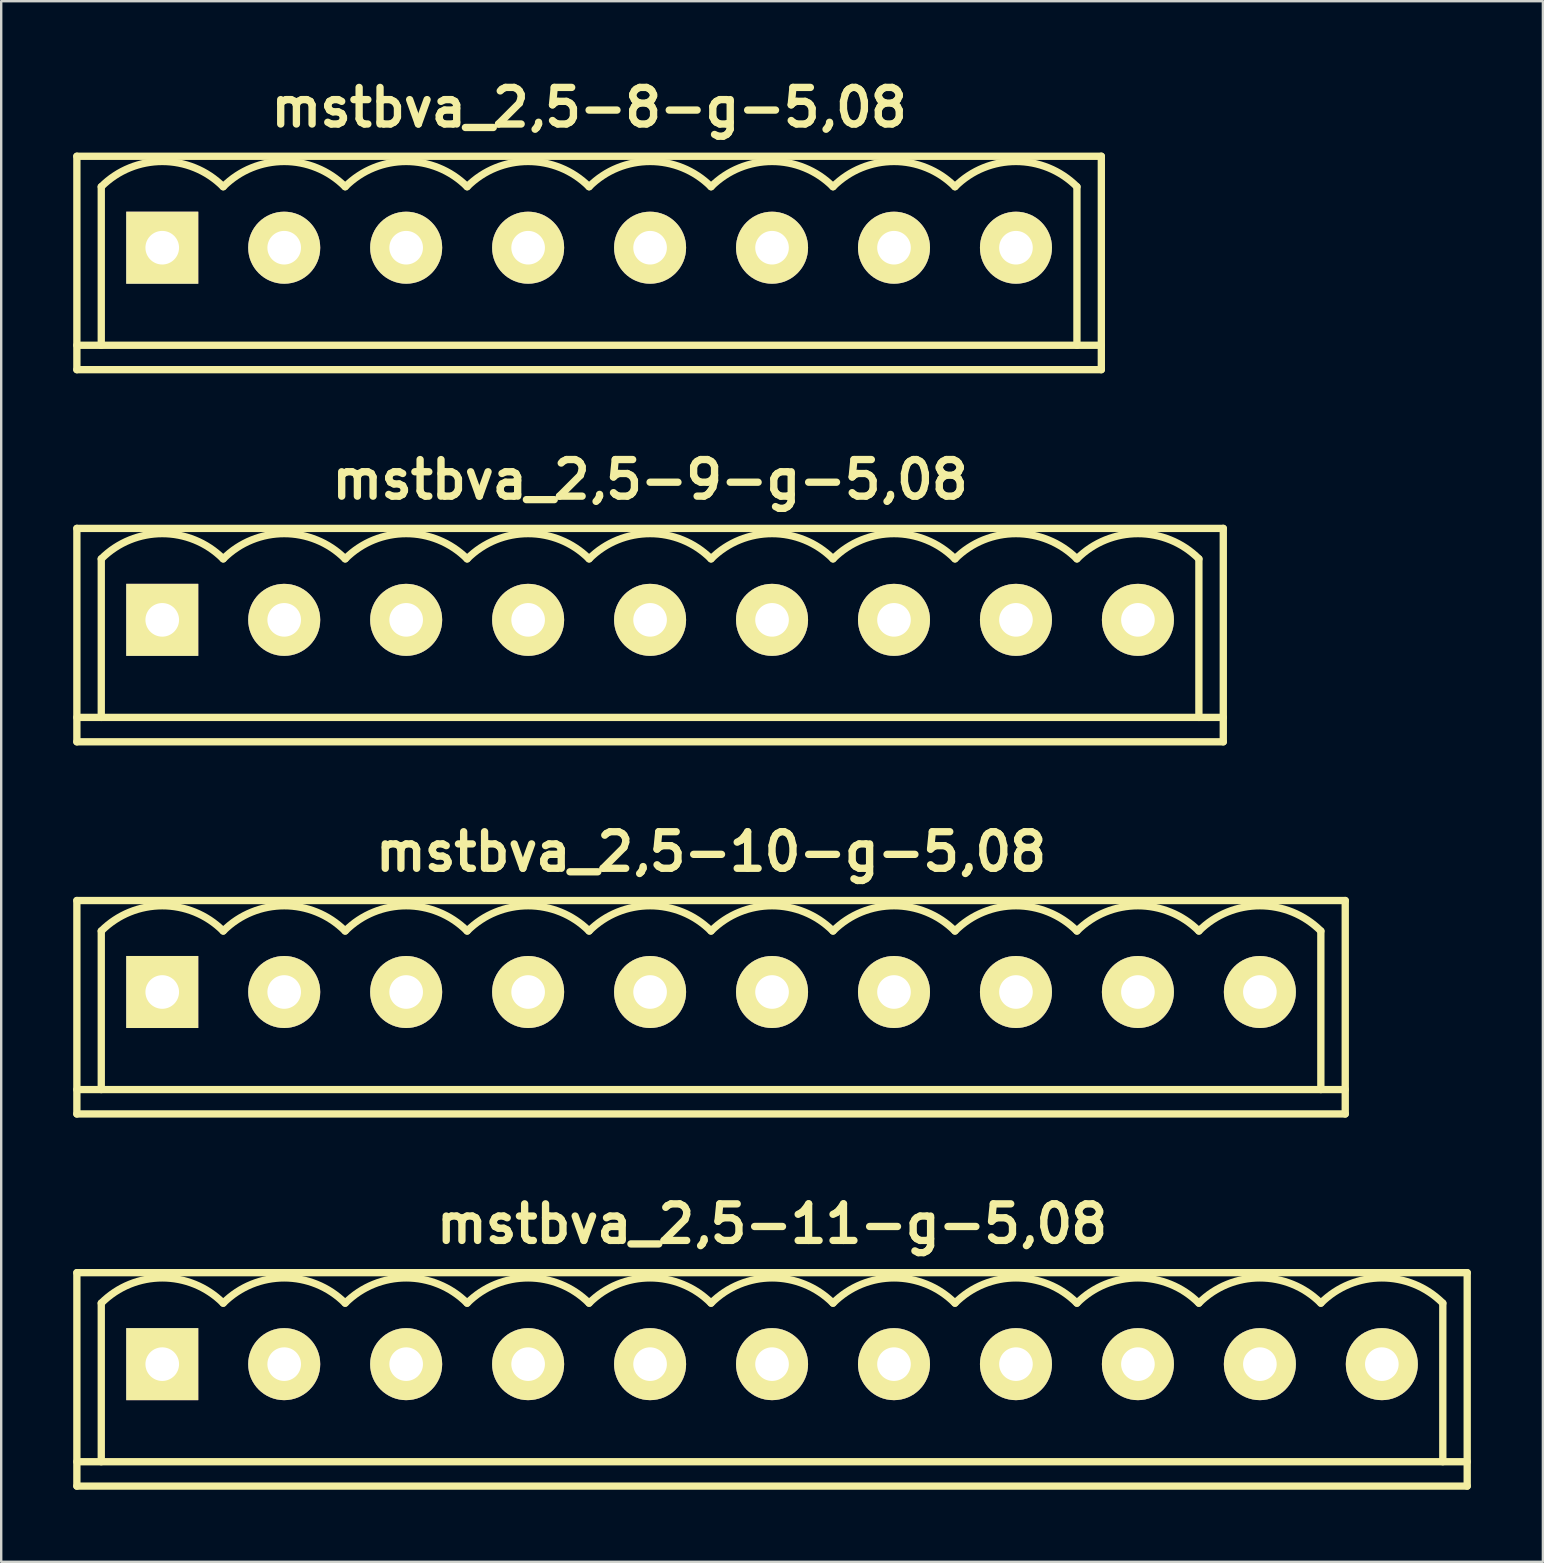
<source format=kicad_pcb>
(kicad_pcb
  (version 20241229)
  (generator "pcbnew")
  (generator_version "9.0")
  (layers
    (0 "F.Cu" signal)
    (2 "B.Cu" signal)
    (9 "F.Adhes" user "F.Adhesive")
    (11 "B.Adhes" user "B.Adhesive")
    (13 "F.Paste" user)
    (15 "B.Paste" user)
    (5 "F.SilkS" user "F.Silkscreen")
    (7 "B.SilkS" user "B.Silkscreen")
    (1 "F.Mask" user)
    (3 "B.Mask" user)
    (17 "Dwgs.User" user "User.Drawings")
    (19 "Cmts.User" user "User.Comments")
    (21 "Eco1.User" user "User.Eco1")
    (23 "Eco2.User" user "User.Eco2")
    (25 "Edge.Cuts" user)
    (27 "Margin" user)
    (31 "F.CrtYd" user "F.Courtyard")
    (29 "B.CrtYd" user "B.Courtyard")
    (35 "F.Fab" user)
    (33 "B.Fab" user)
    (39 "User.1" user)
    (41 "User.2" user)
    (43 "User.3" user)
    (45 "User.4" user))
  (footprint "mstbva_2,5-10-g-5,08"
    (layer "F.Cu")
    (at 26.568 38.27)
    (property "Reference" "mstbva_2,5-10-g-5,08" (at 0 -5.842 0) (layer "F.SilkS") (effects (font (size 1.524 1.524) (thickness 0.305))))
    (attr through_hole)
    (fp_line (start -26.416 -3.81) (end -26.416 5.08) (stroke (width 0.305) (type solid)) (layer "F.SilkS"))
    (fp_line (start -26.416 4.064) (end 26.416 4.064) (stroke (width 0.305) (type solid)) (layer "F.SilkS"))
    (fp_line (start -25.4 -2.54) (end -25.4 4.064) (stroke (width 0.305) (type solid)) (layer "F.SilkS"))
    (fp_line (start 25.4 -2.54) (end 25.4 4.064) (stroke (width 0.305) (type solid)) (layer "F.SilkS"))
    (fp_line (start 26.416 -3.81) (end -26.416 -3.81) (stroke (width 0.305) (type solid)) (layer "F.SilkS"))
    (fp_line (start 26.416 5.08) (end -26.416 5.08) (stroke (width 0.305) (type solid)) (layer "F.SilkS"))
    (fp_line (start 26.416 5.08) (end 26.416 -3.81) (stroke (width 0.305) (type solid)) (layer "F.SilkS"))
    (fp_arc (start -25.4 -2.54) (mid -22.86 -3.592102) (end -20.32 -2.54) (stroke (width 0.3048) (type solid)) (layer "F.SilkS"))
    (fp_arc (start -20.32 -2.54) (mid -17.78 -3.592102) (end -15.24 -2.54) (stroke (width 0.3048) (type solid)) (layer "F.SilkS"))
    (fp_arc (start -15.24 -2.54) (mid -12.7 -3.592102) (end -10.16 -2.54) (stroke (width 0.3048) (type solid)) (layer "F.SilkS"))
    (fp_arc (start -10.16 -2.54) (mid -7.62 -3.592102) (end -5.08 -2.54) (stroke (width 0.3048) (type solid)) (layer "F.SilkS"))
    (fp_arc (start -5.08 -2.54) (mid -2.54 -3.592102) (end 0 -2.54) (stroke (width 0.3048) (type solid)) (layer "F.SilkS"))
    (fp_arc (start 0 -2.54) (mid 2.54 -3.592102) (end 5.08 -2.54) (stroke (width 0.3048) (type solid)) (layer "F.SilkS"))
    (fp_arc (start 5.08 -2.54) (mid 7.62 -3.592102) (end 10.16 -2.54) (stroke (width 0.3048) (type solid)) (layer "F.SilkS"))
    (fp_arc (start 10.16 -2.54) (mid 12.7 -3.592102) (end 15.24 -2.54) (stroke (width 0.3048) (type solid)) (layer "F.SilkS"))
    (fp_arc (start 15.24 -2.54) (mid 17.78 -3.592102) (end 20.32 -2.54) (stroke (width 0.3048) (type solid)) (layer "F.SilkS"))
    (fp_arc (start 20.32 -2.54) (mid 22.86 -3.592102) (end 25.4 -2.54) (stroke (width 0.3048) (type solid)) (layer "F.SilkS"))
    (pad "1" thru_hole rect (at -22.86 0) (size 3 3) (drill 1.4) (layers "*.Cu" "*.Mask" "F.SilkS"))
    (pad "2" thru_hole circle (at -17.78 0) (size 3 3) (drill 1.4) (layers "*.Cu" "*.Mask" "F.SilkS"))
    (pad "3" thru_hole circle (at -12.7 0) (size 3 3) (drill 1.4) (layers "*.Cu" "*.Mask" "F.SilkS"))
    (pad "4" thru_hole circle (at -7.62 0) (size 3 3) (drill 1.4) (layers "*.Cu" "*.Mask" "F.SilkS"))
    (pad "5" thru_hole circle (at -2.54 0) (size 3 3) (drill 1.4) (layers "*.Cu" "*.Mask" "F.SilkS"))
    (pad "6" thru_hole circle (at 2.54 0) (size 3 3) (drill 1.4) (layers "*.Cu" "*.Mask" "F.SilkS"))
    (pad "7" thru_hole circle (at 7.62 0) (size 3 3) (drill 1.4) (layers "*.Cu" "*.Mask" "F.SilkS"))
    (pad "8" thru_hole circle (at 12.7 0) (size 3 3) (drill 1.4) (layers "*.Cu" "*.Mask" "F.SilkS"))
    (pad "9" thru_hole circle (at 17.78 0) (size 3 3) (drill 1.4) (layers "*.Cu" "*.Mask" "F.SilkS"))
    (pad "10" thru_hole circle (at 22.86 0) (size 3 3) (drill 1.4) (layers "*.Cu" "*.Mask" "F.SilkS")))
  (footprint "mstbva_2,5-11-g-5,08"
    (layer "F.Cu")
    (at 29.108 53.771)
    (property "Reference" "mstbva_2,5-11-g-5,08" (at 0 -5.842 0) (layer "F.SilkS") (effects (font (size 1.524 1.524) (thickness 0.305))))
    (attr through_hole)
    (fp_line (start -28.956 -3.81) (end -28.956 5.08) (stroke (width 0.305) (type solid)) (layer "F.SilkS"))
    (fp_line (start -28.956 4.064) (end 28.956 4.064) (stroke (width 0.305) (type solid)) (layer "F.SilkS"))
    (fp_line (start -27.94 -2.54) (end -27.94 4.064) (stroke (width 0.305) (type solid)) (layer "F.SilkS"))
    (fp_line (start 27.94 -2.54) (end 27.94 4.064) (stroke (width 0.305) (type solid)) (layer "F.SilkS"))
    (fp_line (start 28.956 -3.81) (end -28.956 -3.81) (stroke (width 0.305) (type solid)) (layer "F.SilkS"))
    (fp_line (start 28.956 5.08) (end -28.956 5.08) (stroke (width 0.305) (type solid)) (layer "F.SilkS"))
    (fp_line (start 28.956 5.08) (end 28.956 -3.81) (stroke (width 0.305) (type solid)) (layer "F.SilkS"))
    (fp_arc (start -27.94 -2.54) (mid -25.4 -3.592102) (end -22.86 -2.54) (stroke (width 0.3048) (type solid)) (layer "F.SilkS"))
    (fp_arc (start -22.86 -2.54) (mid -20.32 -3.592102) (end -17.78 -2.54) (stroke (width 0.3048) (type solid)) (layer "F.SilkS"))
    (fp_arc (start -17.78 -2.54) (mid -15.24 -3.592102) (end -12.7 -2.54) (stroke (width 0.3048) (type solid)) (layer "F.SilkS"))
    (fp_arc (start -12.7 -2.54) (mid -10.16 -3.592102) (end -7.62 -2.54) (stroke (width 0.3048) (type solid)) (layer "F.SilkS"))
    (fp_arc (start -7.62 -2.54) (mid -5.08 -3.592102) (end -2.54 -2.54) (stroke (width 0.3048) (type solid)) (layer "F.SilkS"))
    (fp_arc (start -2.54 -2.54) (mid 0 -3.592102) (end 2.54 -2.54) (stroke (width 0.3048) (type solid)) (layer "F.SilkS"))
    (fp_arc (start 2.54 -2.54) (mid 5.08 -3.592102) (end 7.62 -2.54) (stroke (width 0.3048) (type solid)) (layer "F.SilkS"))
    (fp_arc (start 7.62 -2.54) (mid 10.16 -3.592102) (end 12.7 -2.54) (stroke (width 0.3048) (type solid)) (layer "F.SilkS"))
    (fp_arc (start 12.7 -2.54) (mid 15.24 -3.592102) (end 17.78 -2.54) (stroke (width 0.3048) (type solid)) (layer "F.SilkS"))
    (fp_arc (start 17.78 -2.54) (mid 20.32 -3.592102) (end 22.86 -2.54) (stroke (width 0.3048) (type solid)) (layer "F.SilkS"))
    (fp_arc (start 22.86 -2.54) (mid 25.4 -3.592102) (end 27.94 -2.54) (stroke (width 0.3048) (type solid)) (layer "F.SilkS"))
    (pad "1" thru_hole rect (at -25.4 0) (size 3 3) (drill 1.4) (layers "*.Cu" "*.Mask" "F.SilkS"))
    (pad "2" thru_hole circle (at -20.32 0) (size 3 3) (drill 1.4) (layers "*.Cu" "*.Mask" "F.SilkS"))
    (pad "3" thru_hole circle (at -15.24 0) (size 3 3) (drill 1.4) (layers "*.Cu" "*.Mask" "F.SilkS"))
    (pad "4" thru_hole circle (at -10.16 0) (size 3 3) (drill 1.4) (layers "*.Cu" "*.Mask" "F.SilkS"))
    (pad "5" thru_hole circle (at -5.08 0) (size 3 3) (drill 1.4) (layers "*.Cu" "*.Mask" "F.SilkS"))
    (pad "6" thru_hole circle (at 0 0) (size 3 3) (drill 1.4) (layers "*.Cu" "*.Mask" "F.SilkS"))
    (pad "7" thru_hole circle (at 5.08 0) (size 3 3) (drill 1.4) (layers "*.Cu" "*.Mask" "F.SilkS"))
    (pad "8" thru_hole circle (at 10.16 0) (size 3 3) (drill 1.4) (layers "*.Cu" "*.Mask" "F.SilkS"))
    (pad "9" thru_hole circle (at 15.24 0) (size 3 3) (drill 1.4) (layers "*.Cu" "*.Mask" "F.SilkS"))
    (pad "10" thru_hole circle (at 20.32 0) (size 3 3) (drill 1.4) (layers "*.Cu" "*.Mask" "F.SilkS"))
    (pad "11" thru_hole circle (at 25.4 0) (size 3 3) (drill 1.4) (layers "*.Cu" "*.Mask" "F.SilkS")))
  (footprint "mstbva_2,5-8-g-5,08"
    (layer "F.Cu")
    (at 21.488 7.268)
    (property "Reference" "mstbva_2,5-8-g-5,08" (at 0 -5.842 0) (layer "F.SilkS") (effects (font (size 1.524 1.524) (thickness 0.305))))
    (attr through_hole)
    (fp_line (start -21.336 -3.81) (end -21.336 5.08) (stroke (width 0.305) (type solid)) (layer "F.SilkS"))
    (fp_line (start -21.336 5.08) (end 21.336 5.08) (stroke (width 0.305) (type solid)) (layer "F.SilkS"))
    (fp_line (start -20.32 -2.54) (end -20.32 4.064) (stroke (width 0.305) (type solid)) (layer "F.SilkS"))
    (fp_line (start 20.32 -2.54) (end 20.32 4.064) (stroke (width 0.305) (type solid)) (layer "F.SilkS"))
    (fp_line (start 21.336 -3.81) (end -21.336 -3.81) (stroke (width 0.305) (type solid)) (layer "F.SilkS"))
    (fp_line (start 21.336 4.064) (end -21.336 4.064) (stroke (width 0.305) (type solid)) (layer "F.SilkS"))
    (fp_line (start 21.336 5.08) (end 21.336 -3.81) (stroke (width 0.305) (type solid)) (layer "F.SilkS"))
    (fp_arc (start -20.32 -2.54) (mid -17.78 -3.592102) (end -15.24 -2.54) (stroke (width 0.3048) (type solid)) (layer "F.SilkS"))
    (fp_arc (start -15.24 -2.54) (mid -12.7 -3.592102) (end -10.16 -2.54) (stroke (width 0.3048) (type solid)) (layer "F.SilkS"))
    (fp_arc (start -10.16 -2.54) (mid -7.62 -3.592102) (end -5.08 -2.54) (stroke (width 0.3048) (type solid)) (layer "F.SilkS"))
    (fp_arc (start -5.08 -2.54) (mid -2.54 -3.592102) (end 0 -2.54) (stroke (width 0.3048) (type solid)) (layer "F.SilkS"))
    (fp_arc (start 0 -2.54) (mid 2.54 -3.592102) (end 5.08 -2.54) (stroke (width 0.3048) (type solid)) (layer "F.SilkS"))
    (fp_arc (start 5.08 -2.54) (mid 7.62 -3.592102) (end 10.16 -2.54) (stroke (width 0.3048) (type solid)) (layer "F.SilkS"))
    (fp_arc (start 10.16 -2.54) (mid 12.7 -3.592102) (end 15.24 -2.54) (stroke (width 0.3048) (type solid)) (layer "F.SilkS"))
    (fp_arc (start 15.24 -2.54) (mid 17.78 -3.592102) (end 20.32 -2.54) (stroke (width 0.3048) (type solid)) (layer "F.SilkS"))
    (pad "1" thru_hole rect (at -17.78 0) (size 3 3) (drill 1.4) (layers "*.Cu" "*.Mask" "F.SilkS"))
    (pad "2" thru_hole circle (at -12.7 0) (size 3 3) (drill 1.4) (layers "*.Cu" "*.Mask" "F.SilkS"))
    (pad "3" thru_hole circle (at -7.62 0) (size 3 3) (drill 1.4) (layers "*.Cu" "*.Mask" "F.SilkS"))
    (pad "4" thru_hole circle (at -2.54 0) (size 3 3) (drill 1.4) (layers "*.Cu" "*.Mask" "F.SilkS"))
    (pad "5" thru_hole circle (at 2.54 0) (size 3 3) (drill 1.4) (layers "*.Cu" "*.Mask" "F.SilkS"))
    (pad "6" thru_hole circle (at 7.62 0) (size 3 3) (drill 1.4) (layers "*.Cu" "*.Mask" "F.SilkS"))
    (pad "7" thru_hole circle (at 12.7 0) (size 3 3) (drill 1.4) (layers "*.Cu" "*.Mask" "F.SilkS"))
    (pad "8" thru_hole circle (at 17.78 0) (size 3 3) (drill 1.4) (layers "*.Cu" "*.Mask" "F.SilkS")))
  (footprint "mstbva_2,5-9-g-5,08"
    (layer "F.Cu")
    (at 24.028 22.769)
    (property "Reference" "mstbva_2,5-9-g-5,08" (at 0 -5.842 0) (layer "F.SilkS") (effects (font (size 1.524 1.524) (thickness 0.305))))
    (attr through_hole)
    (fp_line (start -23.876 -3.81) (end -23.876 5.08) (stroke (width 0.305) (type solid)) (layer "F.SilkS"))
    (fp_line (start -23.876 4.064) (end 23.876 4.064) (stroke (width 0.305) (type solid)) (layer "F.SilkS"))
    (fp_line (start -22.86 -2.54) (end -22.86 4.064) (stroke (width 0.305) (type solid)) (layer "F.SilkS"))
    (fp_line (start 22.86 -2.54) (end 22.86 4.064) (stroke (width 0.305) (type solid)) (layer "F.SilkS"))
    (fp_line (start 23.876 -3.81) (end -23.876 -3.81) (stroke (width 0.305) (type solid)) (layer "F.SilkS"))
    (fp_line (start 23.876 5.08) (end -23.876 5.08) (stroke (width 0.305) (type solid)) (layer "F.SilkS"))
    (fp_line (start 23.876 5.08) (end 23.876 -3.81) (stroke (width 0.305) (type solid)) (layer "F.SilkS"))
    (fp_arc (start -22.86 -2.54) (mid -20.32 -3.592102) (end -17.78 -2.54) (stroke (width 0.3048) (type solid)) (layer "F.SilkS"))
    (fp_arc (start -17.78 -2.54) (mid -15.24 -3.592102) (end -12.7 -2.54) (stroke (width 0.3048) (type solid)) (layer "F.SilkS"))
    (fp_arc (start -12.7 -2.54) (mid -10.16 -3.592102) (end -7.62 -2.54) (stroke (width 0.3048) (type solid)) (layer "F.SilkS"))
    (fp_arc (start -7.62 -2.54) (mid -5.08 -3.592102) (end -2.54 -2.54) (stroke (width 0.3048) (type solid)) (layer "F.SilkS"))
    (fp_arc (start -2.54 -2.54) (mid 0 -3.592102) (end 2.54 -2.54) (stroke (width 0.3048) (type solid)) (layer "F.SilkS"))
    (fp_arc (start 2.54 -2.54) (mid 5.08 -3.592102) (end 7.62 -2.54) (stroke (width 0.3048) (type solid)) (layer "F.SilkS"))
    (fp_arc (start 7.62 -2.54) (mid 10.16 -3.592102) (end 12.7 -2.54) (stroke (width 0.3048) (type solid)) (layer "F.SilkS"))
    (fp_arc (start 12.7 -2.54) (mid 15.24 -3.592102) (end 17.78 -2.54) (stroke (width 0.3048) (type solid)) (layer "F.SilkS"))
    (fp_arc (start 17.78 -2.54) (mid 20.32 -3.592102) (end 22.86 -2.54) (stroke (width 0.3048) (type solid)) (layer "F.SilkS"))
    (pad "1" thru_hole rect (at -20.32 0) (size 3 3) (drill 1.4) (layers "*.Cu" "*.Mask" "F.SilkS"))
    (pad "2" thru_hole circle (at -15.24 0) (size 3 3) (drill 1.4) (layers "*.Cu" "*.Mask" "F.SilkS"))
    (pad "3" thru_hole circle (at -10.16 0) (size 3 3) (drill 1.4) (layers "*.Cu" "*.Mask" "F.SilkS"))
    (pad "4" thru_hole circle (at -5.08 0) (size 3 3) (drill 1.4) (layers "*.Cu" "*.Mask" "F.SilkS"))
    (pad "5" thru_hole circle (at 0 0) (size 3 3) (drill 1.4) (layers "*.Cu" "*.Mask" "F.SilkS"))
    (pad "6" thru_hole circle (at 5.08 0) (size 3 3) (drill 1.4) (layers "*.Cu" "*.Mask" "F.SilkS"))
    (pad "7" thru_hole circle (at 10.16 0) (size 3 3) (drill 1.4) (layers "*.Cu" "*.Mask" "F.SilkS"))
    (pad "8" thru_hole circle (at 15.24 0) (size 3 3) (drill 1.4) (layers "*.Cu" "*.Mask" "F.SilkS"))
    (pad "9" thru_hole circle (at 20.32 0) (size 3 3) (drill 1.4) (layers "*.Cu" "*.Mask" "F.SilkS")))
  (gr_rect
    (start -3 -3)
    (end 61.217 62.003)
    (stroke (width 0.1) (type default))
    (fill no)
    (layer "Edge.Cuts")))
</source>
